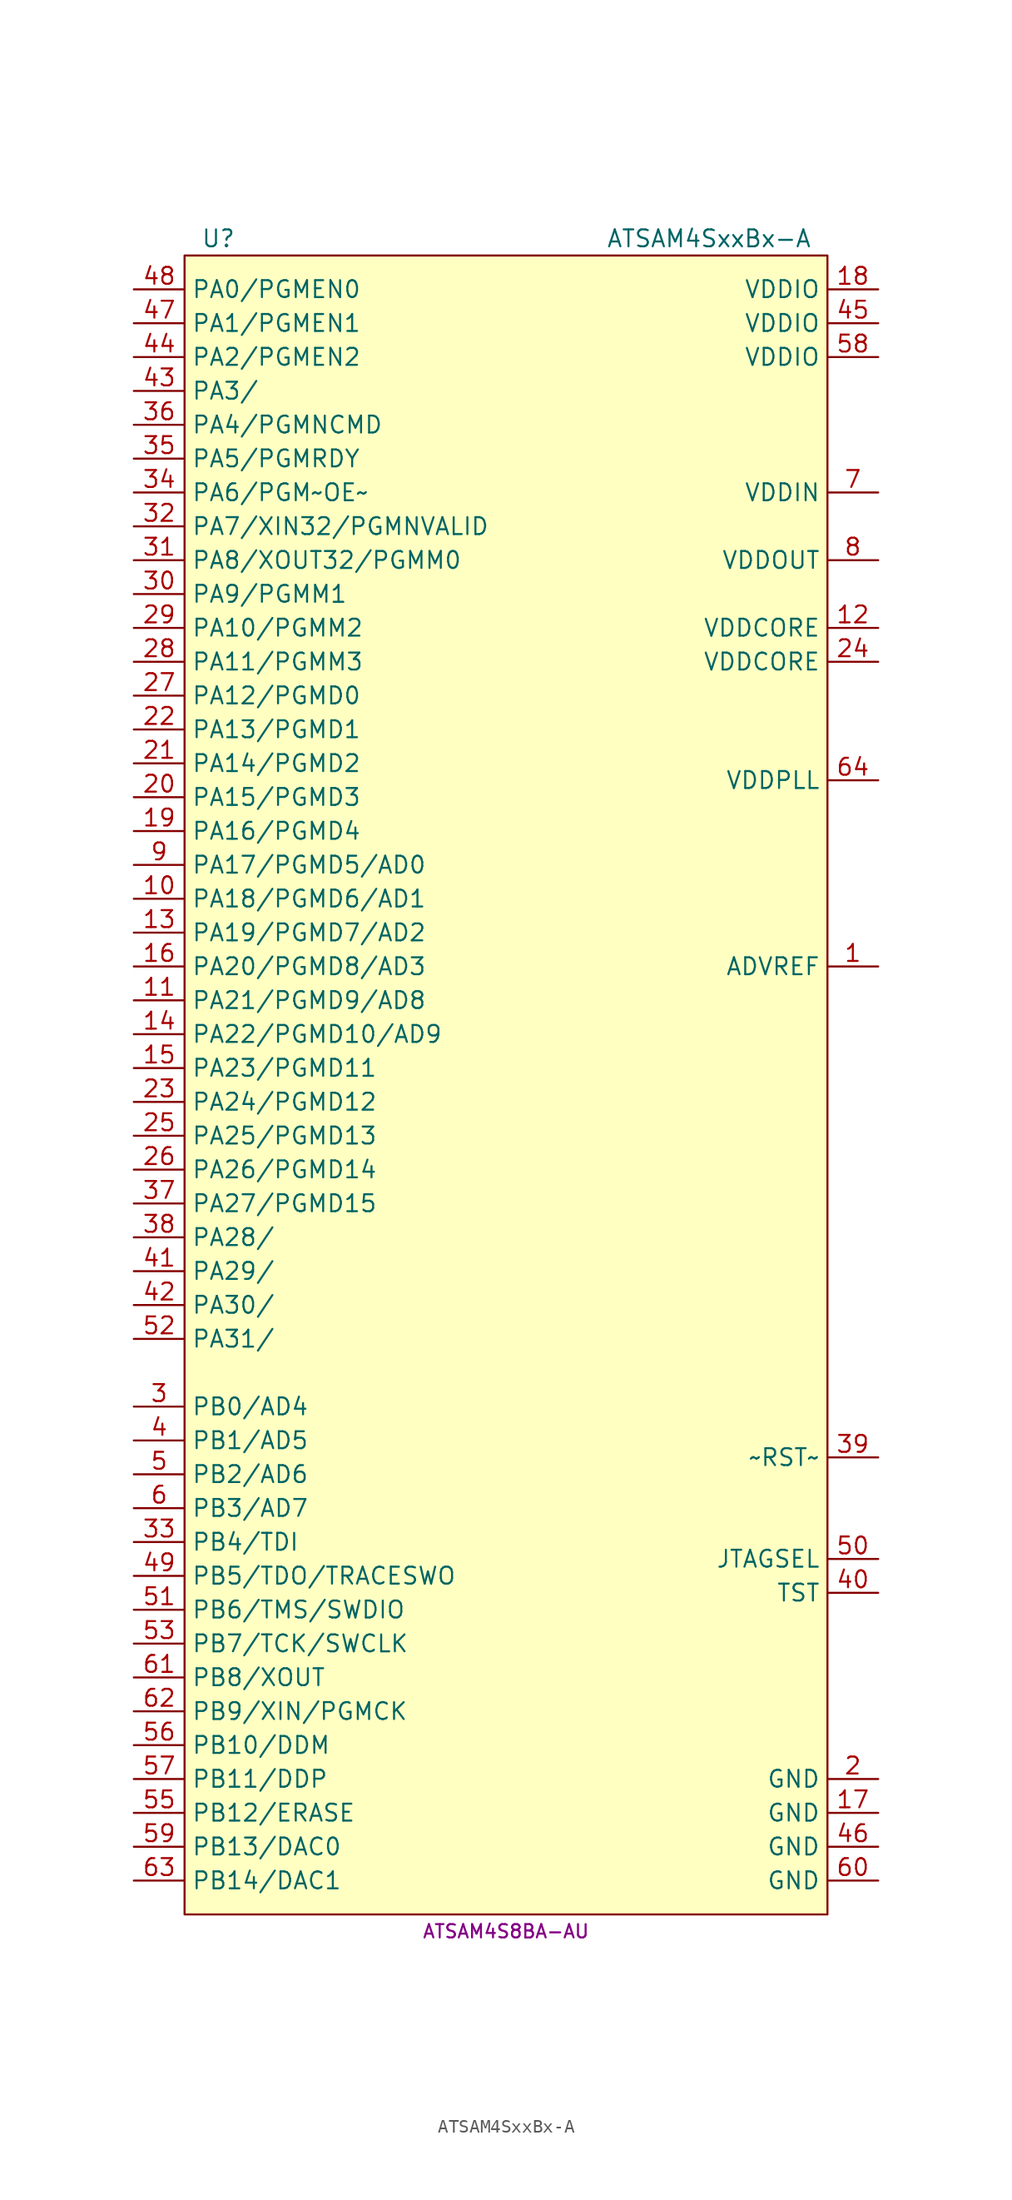
<source format=kicad_sym>
(kicad_symbol_lib
  (version 20231120)
  (generator "kicad_symbol_editor")
  (generator_version "8.0")
  (symbol "ATSAM4SxxBx-A"
    (property "Reference" "U"
      (at -21.59 62.23 0)
      (effects (font (size 1.27 1.27))))
    (property "Value" "ATSAM4SxxBx-A"
      (at 15.24 62.23 0)
      (effects (font (size 1.27 1.27))))
    (property "MPN" "ATSAM4S8BA-AU"
      (at 0 -64.77 0)
      (effects (font (size 1 1))))
    (symbol "ATSAM4SxxBx-A_1_1"
      (rectangle (start -24.13 -63.5) (end 24.13 60.96) (stroke (width 0.152) (type default)) (fill (type background)))
      (pin passive line (at 27.94 7.62 180) (length 3.81) (name "ADVREF" (effects (font (size 1.27 1.27)))) (number "1" (effects (font (size 1.27 1.27)))))
      (pin bidirectional line (at -27.94 12.7 0) (length 3.81) (name "PA18/PGMD6/AD1" (effects (font (size 1.27 1.27)))) (number "10" (effects (font (size 1.27 1.27)))))
      (pin bidirectional line (at -27.94 5.08 0) (length 3.81) (name "PA21/PGMD9/AD8" (effects (font (size 1.27 1.27)))) (number "11" (effects (font (size 1.27 1.27)))))
      (pin power_in line (at 27.94 33.02 180) (length 3.81) (name "VDDCORE" (effects (font (size 1.27 1.27)))) (number "12" (effects (font (size 1.27 1.27)))))
      (pin bidirectional line (at -27.94 10.16 0) (length 3.81) (name "PA19/PGMD7/AD2" (effects (font (size 1.27 1.27)))) (number "13" (effects (font (size 1.27 1.27)))))
      (pin bidirectional line (at -27.94 2.54 0) (length 3.81) (name "PA22/PGMD10/AD9" (effects (font (size 1.27 1.27)))) (number "14" (effects (font (size 1.27 1.27)))))
      (pin bidirectional line (at -27.94 0 0) (length 3.81) (name "PA23/PGMD11" (effects (font (size 1.27 1.27)))) (number "15" (effects (font (size 1.27 1.27)))))
      (pin bidirectional line (at -27.94 7.62 0) (length 3.81) (name "PA20/PGMD8/AD3" (effects (font (size 1.27 1.27)))) (number "16" (effects (font (size 1.27 1.27)))))
      (pin power_in line (at 27.94 -55.88 180) (length 3.81) (name "GND" (effects (font (size 1.27 1.27)))) (number "17" (effects (font (size 1.27 1.27)))))
      (pin power_in line (at 27.94 58.42 180) (length 3.81) (name "VDDIO" (effects (font (size 1.27 1.27)))) (number "18" (effects (font (size 1.27 1.27)))))
      (pin bidirectional line (at -27.94 17.78 0) (length 3.81) (name "PA16/PGMD4" (effects (font (size 1.27 1.27)))) (number "19" (effects (font (size 1.27 1.27)))))
      (pin power_in line (at 27.94 -53.34 180) (length 3.81) (name "GND" (effects (font (size 1.27 1.27)))) (number "2" (effects (font (size 1.27 1.27)))))
      (pin bidirectional line (at -27.94 20.32 0) (length 3.81) (name "PA15/PGMD3" (effects (font (size 1.27 1.27)))) (number "20" (effects (font (size 1.27 1.27)))))
      (pin bidirectional line (at -27.94 22.86 0) (length 3.81) (name "PA14/PGMD2" (effects (font (size 1.27 1.27)))) (number "21" (effects (font (size 1.27 1.27)))))
      (pin bidirectional line (at -27.94 25.4 0) (length 3.81) (name "PA13/PGMD1" (effects (font (size 1.27 1.27)))) (number "22" (effects (font (size 1.27 1.27)))))
      (pin bidirectional line (at -27.94 -2.54 0) (length 3.81) (name "PA24/PGMD12" (effects (font (size 1.27 1.27)))) (number "23" (effects (font (size 1.27 1.27)))))
      (pin power_in line (at 27.94 30.48 180) (length 3.81) (name "VDDCORE" (effects (font (size 1.27 1.27)))) (number "24" (effects (font (size 1.27 1.27)))))
      (pin bidirectional line (at -27.94 -5.08 0) (length 3.81) (name "PA25/PGMD13" (effects (font (size 1.27 1.27)))) (number "25" (effects (font (size 1.27 1.27)))))
      (pin bidirectional line (at -27.94 -7.62 0) (length 3.81) (name "PA26/PGMD14" (effects (font (size 1.27 1.27)))) (number "26" (effects (font (size 1.27 1.27)))))
      (pin bidirectional line (at -27.94 27.94 0) (length 3.81) (name "PA12/PGMD0" (effects (font (size 1.27 1.27)))) (number "27" (effects (font (size 1.27 1.27)))))
      (pin bidirectional line (at -27.94 30.48 0) (length 3.81) (name "PA11/PGMM3" (effects (font (size 1.27 1.27)))) (number "28" (effects (font (size 1.27 1.27)))))
      (pin bidirectional line (at -27.94 33.02 0) (length 3.81) (name "PA10/PGMM2" (effects (font (size 1.27 1.27)))) (number "29" (effects (font (size 1.27 1.27)))))
      (pin bidirectional line (at -27.94 -25.4 0) (length 3.81) (name "PB0/AD4" (effects (font (size 1.27 1.27)))) (number "3" (effects (font (size 1.27 1.27)))))
      (pin bidirectional line (at -27.94 35.56 0) (length 3.81) (name "PA9/PGMM1" (effects (font (size 1.27 1.27)))) (number "30" (effects (font (size 1.27 1.27)))))
      (pin bidirectional line (at -27.94 38.1 0) (length 3.81) (name "PA8/XOUT32/PGMM0" (effects (font (size 1.27 1.27)))) (number "31" (effects (font (size 1.27 1.27)))))
      (pin bidirectional line (at -27.94 40.64 0) (length 3.81) (name "PA7/XIN32/PGMNVALID" (effects (font (size 1.27 1.27)))) (number "32" (effects (font (size 1.27 1.27)))))
      (pin bidirectional line (at -27.94 -35.56 0) (length 3.81) (name "PB4/TDI" (effects (font (size 1.27 1.27)))) (number "33" (effects (font (size 1.27 1.27)))))
      (pin bidirectional line (at -27.94 43.18 0) (length 3.81) (name "PA6/PGM~OE~" (effects (font (size 1.27 1.27)))) (number "34" (effects (font (size 1.27 1.27)))))
      (pin bidirectional line (at -27.94 45.72 0) (length 3.81) (name "PA5/PGMRDY" (effects (font (size 1.27 1.27)))) (number "35" (effects (font (size 1.27 1.27)))))
      (pin bidirectional line (at -27.94 48.26 0) (length 3.81) (name "PA4/PGMNCMD" (effects (font (size 1.27 1.27)))) (number "36" (effects (font (size 1.27 1.27)))))
      (pin bidirectional line (at -27.94 -10.16 0) (length 3.81) (name "PA27/PGMD15" (effects (font (size 1.27 1.27)))) (number "37" (effects (font (size 1.27 1.27)))))
      (pin bidirectional line (at -27.94 -12.7 0) (length 3.81) (name "PA28/" (effects (font (size 1.27 1.27)))) (number "38" (effects (font (size 1.27 1.27)))))
      (pin input line (at 27.94 -29.21 180) (length 3.81) (name "~RST~" (effects (font (size 1.27 1.27)))) (number "39" (effects (font (size 1.27 1.27)))))
      (pin bidirectional line (at -27.94 -27.94 0) (length 3.81) (name "PB1/AD5" (effects (font (size 1.27 1.27)))) (number "4" (effects (font (size 1.27 1.27)))))
      (pin input line (at 27.94 -39.37 180) (length 3.81) (name "TST" (effects (font (size 1.27 1.27)))) (number "40" (effects (font (size 1.27 1.27)))))
      (pin bidirectional line (at -27.94 -15.24 0) (length 3.81) (name "PA29/" (effects (font (size 1.27 1.27)))) (number "41" (effects (font (size 1.27 1.27)))))
      (pin bidirectional line (at -27.94 -17.78 0) (length 3.81) (name "PA30/" (effects (font (size 1.27 1.27)))) (number "42" (effects (font (size 1.27 1.27)))))
      (pin bidirectional line (at -27.94 50.8 0) (length 3.81) (name "PA3/" (effects (font (size 1.27 1.27)))) (number "43" (effects (font (size 1.27 1.27)))))
      (pin bidirectional line (at -27.94 53.34 0) (length 3.81) (name "PA2/PGMEN2" (effects (font (size 1.27 1.27)))) (number "44" (effects (font (size 1.27 1.27)))))
      (pin power_in line (at 27.94 55.88 180) (length 3.81) (name "VDDIO" (effects (font (size 1.27 1.27)))) (number "45" (effects (font (size 1.27 1.27)))))
      (pin power_in line (at 27.94 -58.42 180) (length 3.81) (name "GND" (effects (font (size 1.27 1.27)))) (number "46" (effects (font (size 1.27 1.27)))))
      (pin bidirectional line (at -27.94 55.88 0) (length 3.81) (name "PA1/PGMEN1" (effects (font (size 1.27 1.27)))) (number "47" (effects (font (size 1.27 1.27)))))
      (pin bidirectional line (at -27.94 58.42 0) (length 3.81) (name "PA0/PGMEN0" (effects (font (size 1.27 1.27)))) (number "48" (effects (font (size 1.27 1.27)))))
      (pin bidirectional line (at -27.94 -38.1 0) (length 3.81) (name "PB5/TDO/TRACESWO" (effects (font (size 1.27 1.27)))) (number "49" (effects (font (size 1.27 1.27)))))
      (pin bidirectional line (at -27.94 -30.48 0) (length 3.81) (name "PB2/AD6" (effects (font (size 1.27 1.27)))) (number "5" (effects (font (size 1.27 1.27)))))
      (pin input line (at 27.94 -36.83 180) (length 3.81) (name "JTAGSEL" (effects (font (size 1.27 1.27)))) (number "50" (effects (font (size 1.27 1.27)))))
      (pin bidirectional line (at -27.94 -40.64 0) (length 3.81) (name "PB6/TMS/SWDIO" (effects (font (size 1.27 1.27)))) (number "51" (effects (font (size 1.27 1.27)))))
      (pin bidirectional line (at -27.94 -20.32 0) (length 3.81) (name "PA31/" (effects (font (size 1.27 1.27)))) (number "52" (effects (font (size 1.27 1.27)))))
      (pin bidirectional line (at -27.94 -43.18 0) (length 3.81) (name "PB7/TCK/SWCLK" (effects (font (size 1.27 1.27)))) (number "53" (effects (font (size 1.27 1.27)))))
      (pin bidirectional line (at -27.94 -55.88 0) (length 3.81) (name "PB12/ERASE" (effects (font (size 1.27 1.27)))) (number "55" (effects (font (size 1.27 1.27)))))
      (pin bidirectional line (at -27.94 -50.8 0) (length 3.81) (name "PB10/DDM" (effects (font (size 1.27 1.27)))) (number "56" (effects (font (size 1.27 1.27)))))
      (pin bidirectional line (at -27.94 -53.34 0) (length 3.81) (name "PB11/DDP" (effects (font (size 1.27 1.27)))) (number "57" (effects (font (size 1.27 1.27)))))
      (pin power_in line (at 27.94 53.34 180) (length 3.81) (name "VDDIO" (effects (font (size 1.27 1.27)))) (number "58" (effects (font (size 1.27 1.27)))))
      (pin bidirectional line (at -27.94 -58.42 0) (length 3.81) (name "PB13/DAC0" (effects (font (size 1.27 1.27)))) (number "59" (effects (font (size 1.27 1.27)))))
      (pin bidirectional line (at -27.94 -33.02 0) (length 3.81) (name "PB3/AD7" (effects (font (size 1.27 1.27)))) (number "6" (effects (font (size 1.27 1.27)))))
      (pin power_in line (at 27.94 -60.96 180) (length 3.81) (name "GND" (effects (font (size 1.27 1.27)))) (number "60" (effects (font (size 1.27 1.27)))))
      (pin bidirectional line (at -27.94 -45.72 0) (length 3.81) (name "PB8/XOUT" (effects (font (size 1.27 1.27)))) (number "61" (effects (font (size 1.27 1.27)))))
      (pin bidirectional line (at -27.94 -48.26 0) (length 3.81) (name "PB9/XIN/PGMCK" (effects (font (size 1.27 1.27)))) (number "62" (effects (font (size 1.27 1.27)))))
      (pin bidirectional line (at -27.94 -60.96 0) (length 3.81) (name "PB14/DAC1" (effects (font (size 1.27 1.27)))) (number "63" (effects (font (size 1.27 1.27)))))
      (pin power_in line (at 27.94 21.59 180) (length 3.81) (name "VDDPLL" (effects (font (size 1.27 1.27)))) (number "64" (effects (font (size 1.27 1.27)))))
      (pin power_in line (at 27.94 43.18 180) (length 3.81) (name "VDDIN" (effects (font (size 1.27 1.27)))) (number "7" (effects (font (size 1.27 1.27)))))
      (pin power_out line (at 27.94 38.1 180) (length 3.81) (name "VDDOUT" (effects (font (size 1.27 1.27)))) (number "8" (effects (font (size 1.27 1.27)))))
      (pin bidirectional line (at -27.94 15.24 0) (length 3.81) (name "PA17/PGMD5/AD0" (effects (font (size 1.27 1.27)))) (number "9" (effects (font (size 1.27 1.27))))))))
</source>
